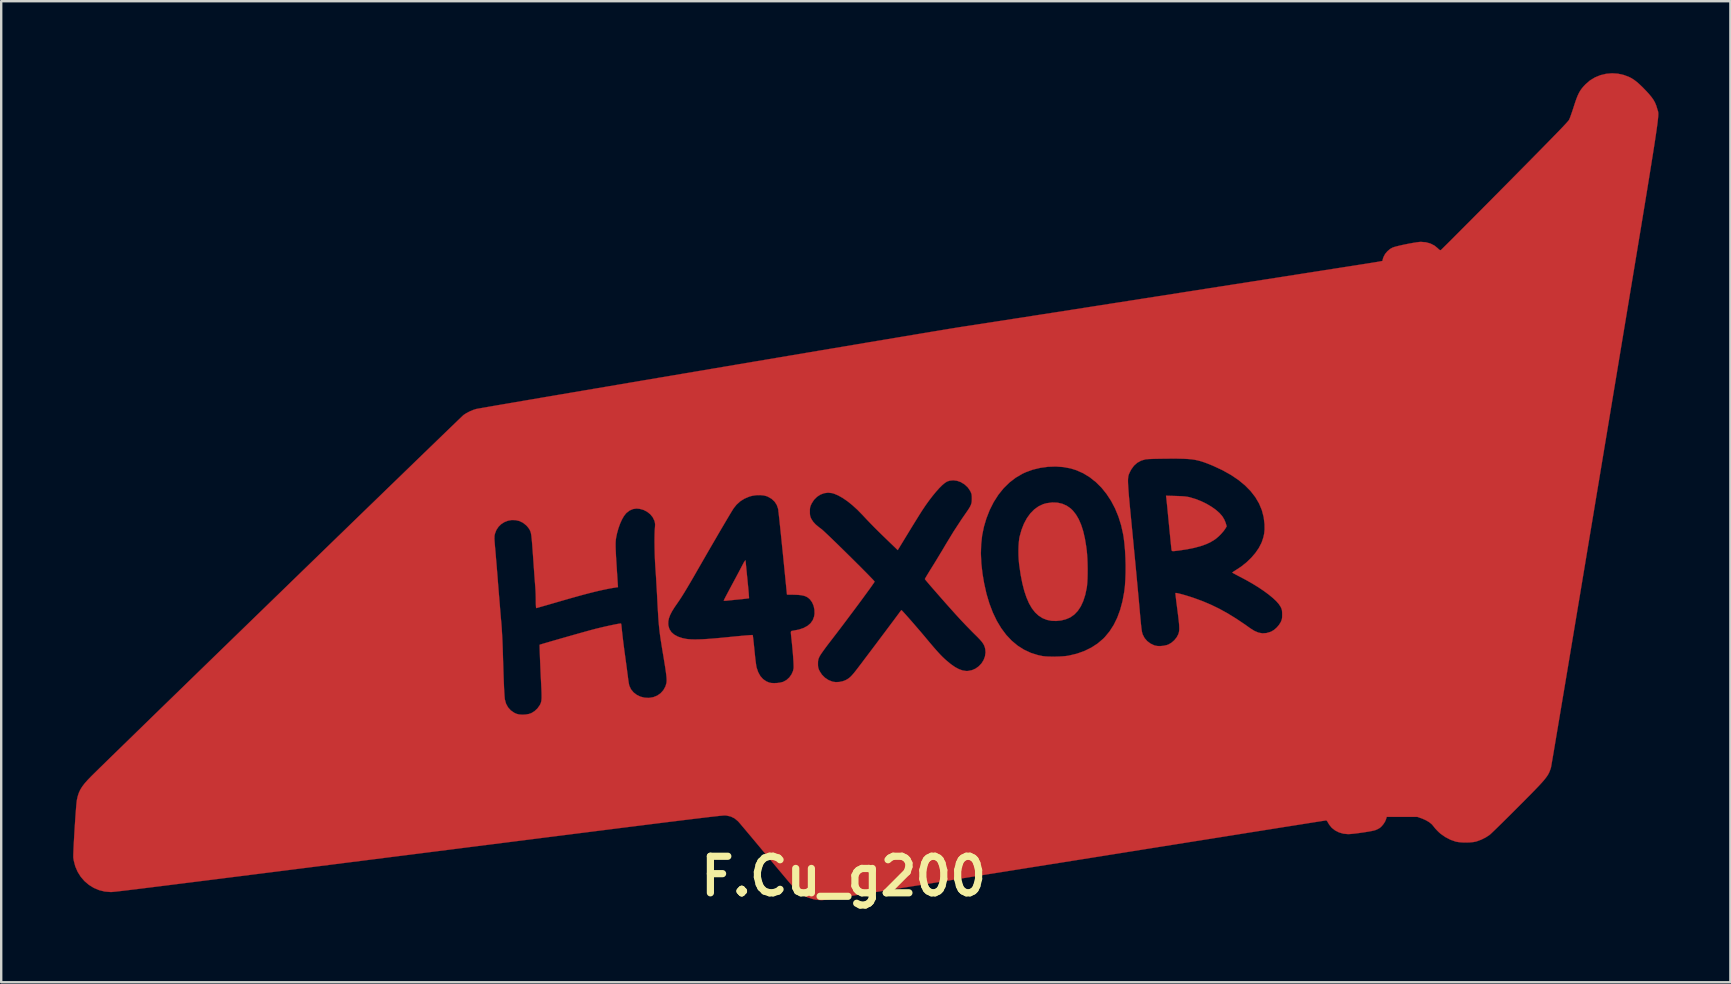
<source format=kicad_pcb>
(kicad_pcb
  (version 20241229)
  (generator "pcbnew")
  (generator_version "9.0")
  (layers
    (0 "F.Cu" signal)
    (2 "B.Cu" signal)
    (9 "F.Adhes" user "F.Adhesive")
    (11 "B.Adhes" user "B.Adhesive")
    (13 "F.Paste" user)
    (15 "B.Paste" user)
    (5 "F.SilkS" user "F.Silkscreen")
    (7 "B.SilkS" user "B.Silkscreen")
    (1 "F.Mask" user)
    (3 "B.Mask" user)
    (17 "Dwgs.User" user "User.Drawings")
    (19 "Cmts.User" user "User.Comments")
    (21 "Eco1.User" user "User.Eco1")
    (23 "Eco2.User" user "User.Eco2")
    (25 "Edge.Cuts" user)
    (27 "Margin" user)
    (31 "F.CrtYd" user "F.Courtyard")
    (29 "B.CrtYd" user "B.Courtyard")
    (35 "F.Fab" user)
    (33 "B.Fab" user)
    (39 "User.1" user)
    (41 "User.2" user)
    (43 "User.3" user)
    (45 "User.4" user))
  (footprint "F.Cu_g200"
    (layer "F.Cu")
    (at 32.106 33.467)
    (property "Reference" "F.Cu_g200" (at 0 0 0) (layer "F.SilkS") (effects (font (size 1.524 1.524) (thickness 0.3))))
    (attr through_hole)
    (fp_poly (pts (xy -4.086 -13.159) (xy -4.086 -13.151) (xy -4.084 -13.127) (xy -4.078 -13.065) (xy -4.069 -12.971) (xy -4.057 -12.849) (xy -4.043 -12.705) (xy -4.027 -12.542) (xy -4.009 -12.366) (xy -4.009 -12.365) (xy -3.992 -12.19) (xy -3.976 -12.028) (xy -3.963 -11.884) (xy -3.953 -11.763) (xy -3.946 -11.67) (xy -3.942 -11.61) (xy -3.942 -11.587) (xy -3.942 -11.587) (xy -3.965 -11.582) (xy -4.024 -11.574) (xy -4.112 -11.564) (xy -4.223 -11.551) (xy -4.349 -11.539) (xy -4.373 -11.536) (xy -4.51 -11.523) (xy -4.638 -11.51) (xy -4.751 -11.499) (xy -4.838 -11.489) (xy -4.893 -11.483) (xy -4.895 -11.483) (xy -4.954 -11.48) (xy -4.99 -11.485) (xy -4.995 -11.491) (xy -4.986 -11.513) (xy -4.958 -11.569) (xy -4.915 -11.653) (xy -4.858 -11.761) (xy -4.791 -11.888) (xy -4.715 -12.031) (xy -4.644 -12.163) (xy -4.557 -12.324) (xy -4.474 -12.48) (xy -4.396 -12.626) (xy -4.328 -12.755) (xy -4.271 -12.863) (xy -4.229 -12.943) (xy -4.21 -12.979) (xy -4.163 -13.069) (xy -4.124 -13.131) (xy -4.098 -13.162) (xy -4.086 -13.159)) (stroke (width 0.01) (type solid)) (fill yes) (layer "F.Cu"))
    (fp_poly (pts (xy 13.845 -15.848) (xy 14.011 -15.842) (xy 14.143 -15.835) (xy 14.25 -15.825) (xy 14.34 -15.812) (xy 14.422 -15.795) (xy 14.435 -15.791) (xy 14.669 -15.721) (xy 14.901 -15.63) (xy 15.123 -15.522) (xy 15.329 -15.4) (xy 15.513 -15.27) (xy 15.667 -15.134) (xy 15.78 -15.004) (xy 15.858 -14.877) (xy 15.916 -14.742) (xy 15.92 -14.73) (xy 15.964 -14.584) (xy 15.911 -14.494) (xy 15.841 -14.394) (xy 15.746 -14.283) (xy 15.639 -14.174) (xy 15.529 -14.078) (xy 15.483 -14.043) (xy 15.308 -13.935) (xy 15.106 -13.839) (xy 14.872 -13.757) (xy 14.605 -13.685) (xy 14.302 -13.625) (xy 13.993 -13.578) (xy 13.871 -13.563) (xy 13.786 -13.553) (xy 13.729 -13.55) (xy 13.696 -13.554) (xy 13.678 -13.566) (xy 13.669 -13.587) (xy 13.664 -13.615) (xy 13.66 -13.65) (xy 13.652 -13.722) (xy 13.641 -13.828) (xy 13.628 -13.962) (xy 13.612 -14.12) (xy 13.594 -14.298) (xy 13.575 -14.491) (xy 13.557 -14.679) (xy 13.537 -14.883) (xy 13.518 -15.077) (xy 13.501 -15.257) (xy 13.485 -15.416) (xy 13.471 -15.552) (xy 13.46 -15.659) (xy 13.452 -15.733) (xy 13.448 -15.767) (xy 13.435 -15.859) (xy 13.845 -15.848)) (stroke (width 0.01) (type solid)) (fill yes) (layer "F.Cu"))
    (fp_poly (pts (xy 8.91 -15.57) (xy 9.114 -15.523) (xy 9.302 -15.44) (xy 9.47 -15.32) (xy 9.553 -15.239) (xy 9.685 -15.072) (xy 9.8 -14.874) (xy 9.9 -14.643) (xy 9.985 -14.377) (xy 10.055 -14.075) (xy 10.111 -13.735) (xy 10.131 -13.578) (xy 10.146 -13.415) (xy 10.158 -13.228) (xy 10.165 -13.027) (xy 10.169 -12.82) (xy 10.168 -12.616) (xy 10.164 -12.423) (xy 10.155 -12.249) (xy 10.143 -12.105) (xy 10.133 -12.033) (xy 10.071 -11.734) (xy 9.987 -11.472) (xy 9.883 -11.246) (xy 9.757 -11.057) (xy 9.61 -10.904) (xy 9.442 -10.787) (xy 9.428 -10.78) (xy 9.257 -10.709) (xy 9.064 -10.661) (xy 8.862 -10.64) (xy 8.668 -10.646) (xy 8.473 -10.685) (xy 8.295 -10.755) (xy 8.131 -10.858) (xy 7.983 -10.994) (xy 7.849 -11.165) (xy 7.729 -11.371) (xy 7.623 -11.614) (xy 7.529 -11.893) (xy 7.448 -12.211) (xy 7.378 -12.567) (xy 7.32 -12.964) (xy 7.312 -13.028) (xy 7.297 -13.198) (xy 7.288 -13.383) (xy 7.286 -13.574) (xy 7.291 -13.76) (xy 7.303 -13.932) (xy 7.32 -14.077) (xy 7.333 -14.146) (xy 7.414 -14.436) (xy 7.516 -14.696) (xy 7.64 -14.926) (xy 7.784 -15.124) (xy 7.946 -15.288) (xy 8.125 -15.417) (xy 8.319 -15.508) (xy 8.461 -15.547) (xy 8.691 -15.578) (xy 8.91 -15.57)) (stroke (width 0.01) (type solid)) (fill yes) (layer "F.Cu"))
    (fp_poly (pts (xy 32.268 -33.446) (xy 32.513 -33.392) (xy 32.72 -33.315) (xy 32.826 -33.262) (xy 32.928 -33.198) (xy 33.034 -33.119) (xy 33.149 -33.02) (xy 33.279 -32.897) (xy 33.401 -32.773) (xy 33.543 -32.621) (xy 33.656 -32.486) (xy 33.745 -32.363) (xy 33.813 -32.242) (xy 33.865 -32.118) (xy 33.906 -31.982) (xy 33.909 -31.971) (xy 33.915 -31.95) (xy 33.921 -31.933) (xy 33.926 -31.916) (xy 33.932 -31.901) (xy 33.937 -31.885) (xy 33.941 -31.868) (xy 33.945 -31.849) (xy 33.948 -31.826) (xy 33.949 -31.8) (xy 33.95 -31.768) (xy 33.949 -31.731) (xy 33.947 -31.687) (xy 33.943 -31.634) (xy 33.937 -31.573) (xy 33.93 -31.502) (xy 33.92 -31.42) (xy 33.909 -31.327) (xy 33.894 -31.221) (xy 33.878 -31.101) (xy 33.858 -30.966) (xy 33.836 -30.816) (xy 33.811 -30.65) (xy 33.783 -30.465) (xy 33.751 -30.263) (xy 33.716 -30.041) (xy 33.677 -29.799) (xy 33.635 -29.535) (xy 33.589 -29.249) (xy 33.539 -28.94) (xy 33.485 -28.606) (xy 33.426 -28.248) (xy 33.363 -27.863) (xy 33.295 -27.451) (xy 33.223 -27.011) (xy 33.145 -26.543) (xy 33.063 -26.044) (xy 32.975 -25.514) (xy 32.882 -24.953) (xy 32.783 -24.358) (xy 32.679 -23.73) (xy 32.569 -23.067) (xy 32.453 -22.369) (xy 32.331 -21.633) (xy 32.203 -20.86) (xy 32.068 -20.049) (xy 31.927 -19.198) (xy 31.779 -18.306) (xy 31.729 -18.008) (xy 31.605 -17.262) (xy 31.483 -16.525) (xy 31.362 -15.8) (xy 31.244 -15.087) (xy 31.127 -14.388) (xy 31.013 -13.703) (xy 30.902 -13.033) (xy 30.793 -12.381) (xy 30.688 -11.746) (xy 30.585 -11.131) (xy 30.486 -10.536) (xy 30.39 -9.961) (xy 30.298 -9.41) (xy 30.21 -8.881) (xy 30.126 -8.378) (xy 30.046 -7.9) (xy 29.97 -7.449) (xy 29.899 -7.026) (xy 29.833 -6.632) (xy 29.772 -6.268) (xy 29.716 -5.935) (xy 29.666 -5.635) (xy 29.621 -5.368) (xy 29.582 -5.136) (xy 29.548 -4.94) (xy 29.521 -4.781) (xy 29.5 -4.659) (xy 29.486 -4.577) (xy 29.478 -4.535) (xy 29.477 -4.53) (xy 29.454 -4.459) (xy 29.43 -4.393) (xy 29.405 -4.332) (xy 29.374 -4.27) (xy 29.337 -4.207) (xy 29.292 -4.14) (xy 29.235 -4.066) (xy 29.166 -3.982) (xy 29.081 -3.886) (xy 28.98 -3.776) (xy 28.859 -3.65) (xy 28.717 -3.503) (xy 28.551 -3.335) (xy 28.36 -3.142) (xy 28.141 -2.922) (xy 28.112 -2.893) (xy 27.932 -2.713) (xy 27.759 -2.54) (xy 27.593 -2.376) (xy 27.44 -2.224) (xy 27.3 -2.087) (xy 27.177 -1.967) (xy 27.074 -1.868) (xy 26.993 -1.791) (xy 26.937 -1.74) (xy 26.913 -1.72) (xy 26.755 -1.617) (xy 26.572 -1.526) (xy 26.383 -1.456) (xy 26.352 -1.447) (xy 26.243 -1.426) (xy 26.104 -1.412) (xy 25.951 -1.407) (xy 25.796 -1.41) (xy 25.652 -1.421) (xy 25.532 -1.44) (xy 25.506 -1.446) (xy 25.286 -1.524) (xy 25.074 -1.635) (xy 24.882 -1.769) (xy 24.808 -1.834) (xy 24.731 -1.91) (xy 24.66 -1.986) (xy 24.605 -2.053) (xy 24.582 -2.084) (xy 24.51 -2.169) (xy 24.404 -2.254) (xy 24.273 -2.332) (xy 24.125 -2.399) (xy 24.079 -2.416) (xy 23.908 -2.476) (xy 23.27 -2.476) (xy 22.633 -2.477) (xy 22.605 -2.379) (xy 22.565 -2.283) (xy 22.5 -2.179) (xy 22.422 -2.085) (xy 22.351 -2.02) (xy 22.29 -1.983) (xy 22.21 -1.944) (xy 22.163 -1.925) (xy 22.101 -1.907) (xy 22.006 -1.886) (xy 21.885 -1.864) (xy 21.746 -1.841) (xy 21.598 -1.819) (xy 21.448 -1.798) (xy 21.306 -1.78) (xy 21.179 -1.767) (xy 21.076 -1.759) (xy 21.021 -1.757) (xy 20.828 -1.775) (xy 20.646 -1.828) (xy 20.483 -1.91) (xy 20.343 -2.02) (xy 20.233 -2.155) (xy 20.189 -2.232) (xy 20.156 -2.287) (xy 20.124 -2.322) (xy 20.109 -2.328) (xy 20.085 -2.325) (xy 20.022 -2.315) (xy 19.92 -2.3) (xy 19.783 -2.278) (xy 19.613 -2.252) (xy 19.411 -2.22) (xy 19.18 -2.183) (xy 18.921 -2.142) (xy 18.637 -2.097) (xy 18.33 -2.049) (xy 18.001 -1.996) (xy 17.654 -1.941) (xy 17.29 -1.883) (xy 16.91 -1.823) (xy 16.518 -1.76) (xy 16.161 -1.703) (xy 15.151 -1.542) (xy 14.183 -1.388) (xy 13.254 -1.24) (xy 12.365 -1.098) (xy 11.514 -0.962) (xy 10.701 -0.832) (xy 9.924 -0.708) (xy 9.183 -0.59) (xy 8.477 -0.478) (xy 7.806 -0.371) (xy 7.167 -0.269) (xy 6.561 -0.172) (xy 5.986 -0.081) (xy 5.442 0.006) (xy 4.928 0.088) (xy 4.442 0.165) (xy 3.985 0.238) (xy 3.555 0.306) (xy 3.152 0.37) (xy 2.773 0.43) (xy 2.42 0.486) (xy 2.09 0.538) (xy 1.784 0.587) (xy 1.499 0.632) (xy 1.236 0.673) (xy 0.993 0.712) (xy 0.769 0.747) (xy 0.565 0.779) (xy 0.378 0.808) (xy 0.207 0.834) (xy 0.054 0.858) (xy -0.085 0.879) (xy -0.21 0.898) (xy -0.32 0.915) (xy -0.419 0.93) (xy -0.505 0.943) (xy -0.58 0.953) (xy -0.646 0.963) (xy -0.702 0.97) (xy -0.75 0.977) (xy -0.79 0.982) (xy -0.824 0.986) (xy -0.851 0.989) (xy -0.874 0.991) (xy -0.893 0.992) (xy -0.908 0.993) (xy -0.922 0.993) (xy -0.933 0.993) (xy -1.044 0.987) (xy -1.165 0.973) (xy -1.27 0.953) (xy -1.272 0.952) (xy -1.506 0.877) (xy -1.716 0.772) (xy -1.909 0.633) (xy -2.045 0.505) (xy -2.079 0.467) (xy -2.138 0.4) (xy -2.219 0.305) (xy -2.32 0.187) (xy -2.438 0.047) (xy -2.571 -0.112) (xy -2.718 -0.286) (xy -2.874 -0.473) (xy -3.038 -0.67) (xy -3.208 -0.874) (xy -3.238 -0.91) (xy -3.408 -1.114) (xy -3.572 -1.311) (xy -3.728 -1.498) (xy -3.873 -1.671) (xy -4.006 -1.829) (xy -4.123 -1.969) (xy -4.223 -2.087) (xy -4.303 -2.182) (xy -4.362 -2.25) (xy -4.396 -2.288) (xy -4.4 -2.292) (xy -4.54 -2.41) (xy -4.699 -2.489) (xy -4.876 -2.53) (xy -4.939 -2.535) (xy -4.962 -2.535) (xy -5 -2.533) (xy -5.054 -2.528) (xy -5.124 -2.522) (xy -5.212 -2.513) (xy -5.319 -2.501) (xy -5.447 -2.487) (xy -5.596 -2.47) (xy -5.767 -2.45) (xy -5.962 -2.426) (xy -6.181 -2.4) (xy -6.427 -2.37) (xy -6.699 -2.337) (xy -7 -2.299) (xy -7.33 -2.259) (xy -7.69 -2.214) (xy -8.082 -2.165) (xy -8.507 -2.111) (xy -8.965 -2.054) (xy -9.458 -1.992) (xy -9.988 -1.925) (xy -10.554 -1.853) (xy -11.159 -1.777) (xy -11.804 -1.695) (xy -12.489 -1.609) (xy -12.636 -1.59) (xy -13.675 -1.458) (xy -14.672 -1.332) (xy -15.629 -1.211) (xy -16.547 -1.094) (xy -17.426 -0.983) (xy -18.267 -0.876) (xy -19.071 -0.775) (xy -19.839 -0.677) (xy -20.571 -0.585) (xy -21.27 -0.496) (xy -21.934 -0.412) (xy -22.566 -0.332) (xy -23.166 -0.256) (xy -23.735 -0.184) (xy -24.273 -0.116) (xy -24.782 -0.052) (xy -25.263 0.009) (xy -25.716 0.066) (xy -26.141 0.12) (xy -26.541 0.17) (xy -26.916 0.217) (xy -27.266 0.261) (xy -27.592 0.302) (xy -27.896 0.34) (xy -28.178 0.376) (xy -28.439 0.408) (xy -28.68 0.438) (xy -28.901 0.466) (xy -29.104 0.491) (xy -29.289 0.514) (xy -29.457 0.535) (xy -29.61 0.553) (xy -29.747 0.57) (xy -29.869 0.585) (xy -29.978 0.598) (xy -30.075 0.609) (xy -30.16 0.619) (xy -30.233 0.627) (xy -30.297 0.635) (xy -30.351 0.64) (xy -30.397 0.645) (xy -30.435 0.649) (xy -30.466 0.652) (xy -30.492 0.654) (xy -30.512 0.655) (xy -30.528 0.656) (xy -30.541 0.656) (xy -30.542 0.656) (xy -30.79 0.636) (xy -31.027 0.577) (xy -31.249 0.483) (xy -31.453 0.356) (xy -31.636 0.2) (xy -31.793 0.018) (xy -31.922 -0.188) (xy -32.02 -0.415) (xy -32.083 -0.658) (xy -32.1 -0.773) (xy -32.101 -0.822) (xy -32.1 -0.909) (xy -32.096 -1.027) (xy -32.09 -1.173) (xy -32.082 -1.34) (xy -32.072 -1.524) (xy -32.061 -1.72) (xy -32.049 -1.923) (xy -32.036 -2.126) (xy -32.023 -2.326) (xy -32.01 -2.518) (xy -31.997 -2.695) (xy -31.985 -2.854) (xy -31.973 -2.989) (xy -31.963 -3.094) (xy -31.954 -3.165) (xy -31.952 -3.179) (xy -31.918 -3.332) (xy -31.873 -3.471) (xy -31.813 -3.602) (xy -31.733 -3.732) (xy -31.631 -3.867) (xy -31.501 -4.014) (xy -31.369 -4.151) (xy -31.318 -4.202) (xy -31.239 -4.28) (xy -31.133 -4.384) (xy -31.002 -4.513) (xy -30.845 -4.666) (xy -30.665 -4.842) (xy -30.462 -5.04) (xy -30.237 -5.259) (xy -29.992 -5.497) (xy -29.728 -5.754) (xy -29.446 -6.029) (xy -29.147 -6.32) (xy -28.832 -6.627) (xy -28.502 -6.948) (xy -28.158 -7.282) (xy -27.802 -7.628) (xy -27.434 -7.986) (xy -27.055 -8.354) (xy -26.668 -8.73) (xy -26.272 -9.115) (xy -25.869 -9.506) (xy -25.46 -9.903) (xy -25.046 -10.305) (xy -24.629 -10.71) (xy -24.208 -11.118) (xy -23.786 -11.528) (xy -23.364 -11.937) (xy -22.943 -12.346) (xy -22.523 -12.754) (xy -22.106 -13.158) (xy -21.693 -13.559) (xy -21.285 -13.955) (xy -21.16 -14.076) (xy -14.552 -14.076) (xy -14.549 -13.997) (xy -14.541 -13.893) (xy -14.53 -13.758) (xy -14.521 -13.659) (xy -14.51 -13.538) (xy -14.497 -13.382) (xy -14.482 -13.196) (xy -14.464 -12.988) (xy -14.446 -12.766) (xy -14.427 -12.534) (xy -14.409 -12.3) (xy -14.393 -12.099) (xy -14.375 -11.87) (xy -14.356 -11.639) (xy -14.337 -11.411) (xy -14.319 -11.193) (xy -14.303 -10.992) (xy -14.288 -10.814) (xy -14.275 -10.667) (xy -14.265 -10.564) (xy -14.254 -10.426) (xy -14.243 -10.256) (xy -14.232 -10.063) (xy -14.221 -9.856) (xy -14.212 -9.646) (xy -14.205 -9.441) (xy -14.203 -9.366) (xy -14.191 -8.977) (xy -14.18 -8.629) (xy -14.17 -8.322) (xy -14.16 -8.056) (xy -14.15 -7.832) (xy -14.14 -7.649) (xy -14.131 -7.509) (xy -14.123 -7.41) (xy -14.117 -7.369) (xy -14.068 -7.193) (xy -13.984 -7.039) (xy -13.867 -6.91) (xy -13.719 -6.809) (xy -13.638 -6.772) (xy -13.528 -6.743) (xy -13.395 -6.733) (xy -13.253 -6.74) (xy -13.119 -6.763) (xy -13.013 -6.799) (xy -12.877 -6.883) (xy -12.756 -6.997) (xy -12.662 -7.13) (xy -12.64 -7.171) (xy -12.622 -7.215) (xy -12.607 -7.26) (xy -12.596 -7.311) (xy -12.589 -7.373) (xy -12.585 -7.45) (xy -12.585 -7.547) (xy -12.588 -7.669) (xy -12.594 -7.821) (xy -12.603 -8.006) (xy -12.611 -8.16) (xy -12.618 -8.292) (xy -12.625 -8.44) (xy -12.632 -8.6) (xy -12.639 -8.766) (xy -12.646 -8.932) (xy -12.653 -9.093) (xy -12.658 -9.243) (xy -12.663 -9.378) (xy -12.666 -9.491) (xy -12.668 -9.577) (xy -12.669 -9.631) (xy -12.668 -9.647) (xy -12.647 -9.655) (xy -12.589 -9.673) (xy -12.5 -9.7) (xy -12.382 -9.734) (xy -12.242 -9.775) (xy -12.083 -9.821) (xy -11.909 -9.871) (xy -11.725 -9.924) (xy -11.536 -9.978) (xy -11.345 -10.032) (xy -11.158 -10.085) (xy -10.977 -10.136) (xy -10.809 -10.183) (xy -10.657 -10.225) (xy -10.526 -10.261) (xy -10.42 -10.289) (xy -10.351 -10.308) (xy -10.198 -10.345) (xy -10.041 -10.383) (xy -9.885 -10.418) (xy -9.736 -10.451) (xy -9.598 -10.48) (xy -9.478 -10.504) (xy -9.381 -10.522) (xy -9.313 -10.532) (xy -9.279 -10.534) (xy -9.277 -10.533) (xy -9.269 -10.507) (xy -9.26 -10.454) (xy -9.257 -10.42) (xy -9.236 -10.217) (xy -9.209 -9.975) (xy -9.175 -9.698) (xy -9.135 -9.389) (xy -9.101 -9.144) (xy -9.078 -8.972) (xy -9.054 -8.799) (xy -9.032 -8.634) (xy -9.013 -8.485) (xy -8.996 -8.361) (xy -8.986 -8.276) (xy -8.971 -8.167) (xy -8.956 -8.067) (xy -8.941 -7.987) (xy -8.929 -7.938) (xy -8.86 -7.791) (xy -8.757 -7.665) (xy -8.626 -7.563) (xy -8.474 -7.488) (xy -8.304 -7.444) (xy -8.124 -7.433) (xy -8.108 -7.434) (xy -7.929 -7.464) (xy -7.767 -7.529) (xy -7.627 -7.627) (xy -7.512 -7.754) (xy -7.428 -7.905) (xy -7.386 -8.041) (xy -7.378 -8.089) (xy -7.374 -8.144) (xy -7.375 -8.211) (xy -7.38 -8.294) (xy -7.391 -8.397) (xy -7.408 -8.524) (xy -7.43 -8.679) (xy -7.46 -8.866) (xy -7.496 -9.088) (xy -7.514 -9.197) (xy -7.554 -9.432) (xy -7.587 -9.639) (xy -7.616 -9.822) (xy -7.641 -9.989) (xy -7.662 -10.145) (xy -7.679 -10.296) (xy -7.695 -10.45) (xy -7.701 -10.518) (xy -7.31 -10.518) (xy -7.301 -10.439) (xy -7.258 -10.297) (xy -7.177 -10.174) (xy -7.06 -10.071) (xy -6.906 -9.987) (xy -6.718 -9.924) (xy -6.568 -9.893) (xy -6.465 -9.88) (xy -6.347 -9.872) (xy -6.209 -9.869) (xy -6.049 -9.871) (xy -5.864 -9.878) (xy -5.65 -9.891) (xy -5.405 -9.91) (xy -5.125 -9.935) (xy -4.807 -9.966) (xy -4.699 -9.977) (xy -4.508 -9.996) (xy -4.331 -10.012) (xy -4.171 -10.027) (xy -4.034 -10.038) (xy -3.922 -10.047) (xy -3.842 -10.052) (xy -3.796 -10.053) (xy -3.788 -10.051) (xy -3.783 -10.026) (xy -3.775 -9.965) (xy -3.764 -9.873) (xy -3.751 -9.754) (xy -3.736 -9.616) (xy -3.721 -9.462) (xy -3.718 -9.43) (xy -3.701 -9.268) (xy -3.685 -9.113) (xy -3.668 -8.973) (xy -3.652 -8.854) (xy -3.639 -8.763) (xy -3.629 -8.707) (xy -3.628 -8.704) (xy -3.561 -8.508) (xy -3.472 -8.346) (xy -3.359 -8.218) (xy -3.222 -8.123) (xy -3.101 -8.072) (xy -3.011 -8.054) (xy -2.895 -8.049) (xy -2.768 -8.054) (xy -2.644 -8.071) (xy -2.538 -8.097) (xy -2.517 -8.104) (xy -2.381 -8.178) (xy -2.263 -8.285) (xy -2.17 -8.415) (xy -2.106 -8.562) (xy -2.084 -8.667) (xy -2.082 -8.727) (xy -2.084 -8.823) (xy -2.09 -8.951) (xy -2.1 -9.104) (xy -2.113 -9.279) (xy -2.13 -9.468) (xy -2.149 -9.668) (xy -2.17 -9.872) (xy -2.171 -9.874) (xy -2.185 -10.002) (xy -2.194 -10.094) (xy -2.198 -10.157) (xy -2.194 -10.195) (xy -2.181 -10.216) (xy -2.159 -10.226) (xy -2.126 -10.231) (xy -2.101 -10.235) (xy -1.866 -10.28) (xy -1.667 -10.347) (xy -1.503 -10.436) (xy -1.375 -10.546) (xy -1.283 -10.678) (xy -1.228 -10.831) (xy -1.211 -10.943) (xy -1.216 -11.112) (xy -1.25 -11.272) (xy -1.313 -11.416) (xy -1.399 -11.537) (xy -1.488 -11.614) (xy -1.566 -11.658) (xy -1.656 -11.691) (xy -1.764 -11.713) (xy -1.898 -11.727) (xy -2.065 -11.733) (xy -2.092 -11.734) (xy -2.36 -11.737) (xy -2.533 -13.473) (xy -2.561 -13.742) (xy -2.587 -14.001) (xy -2.612 -14.247) (xy -2.636 -14.475) (xy -2.658 -14.683) (xy -2.677 -14.868) (xy -2.695 -15.025) (xy -2.709 -15.152) (xy -2.714 -15.198) (xy -1.407 -15.198) (xy -1.405 -15.099) (xy -1.396 -15.027) (xy -1.378 -14.964) (xy -1.349 -14.899) (xy -1.275 -14.781) (xy -1.167 -14.662) (xy -1.021 -14.54) (xy -0.936 -14.478) (xy -0.899 -14.448) (xy -0.837 -14.392) (xy -0.753 -14.314) (xy -0.649 -14.216) (xy -0.528 -14.101) (xy -0.394 -13.971) (xy -0.249 -13.831) (xy -0.097 -13.682) (xy 0.061 -13.527) (xy 0.22 -13.37) (xy 0.379 -13.213) (xy 0.534 -13.059) (xy 0.683 -12.911) (xy 0.821 -12.772) (xy 0.948 -12.644) (xy 1.059 -12.531) (xy 1.151 -12.435) (xy 1.223 -12.36) (xy 1.27 -12.308) (xy 1.291 -12.281) (xy 1.291 -12.279) (xy 1.279 -12.256) (xy 1.243 -12.201) (xy 1.186 -12.119) (xy 1.11 -12.012) (xy 1.017 -11.884) (xy 0.909 -11.736) (xy 0.79 -11.573) (xy 0.66 -11.397) (xy 0.522 -11.211) (xy 0.378 -11.018) (xy 0.23 -10.821) (xy 0.082 -10.623) (xy -0.066 -10.427) (xy -0.211 -10.236) (xy -0.35 -10.054) (xy -0.482 -9.882) (xy -0.57 -9.768) (xy -0.669 -9.639) (xy -0.763 -9.513) (xy -0.847 -9.397) (xy -0.918 -9.296) (xy -0.971 -9.216) (xy -1 -9.166) (xy -1.036 -9.088) (xy -1.057 -9.023) (xy -1.067 -8.953) (xy -1.069 -8.859) (xy -1.069 -8.858) (xy -1.067 -8.764) (xy -1.057 -8.693) (xy -1.036 -8.626) (xy -0.999 -8.547) (xy -0.905 -8.402) (xy -0.78 -8.276) (xy -0.631 -8.177) (xy -0.467 -8.112) (xy -0.45 -8.107) (xy -0.323 -8.091) (xy -0.179 -8.098) (xy -0.037 -8.127) (xy 0.07 -8.167) (xy 0.146 -8.207) (xy 0.214 -8.252) (xy 0.28 -8.306) (xy 0.349 -8.377) (xy 0.429 -8.469) (xy 0.525 -8.59) (xy 0.544 -8.615) (xy 0.592 -8.677) (xy 0.661 -8.768) (xy 0.748 -8.882) (xy 0.849 -9.017) (xy 0.963 -9.168) (xy 1.087 -9.332) (xy 1.218 -9.506) (xy 1.353 -9.685) (xy 1.489 -9.867) (xy 1.624 -10.047) (xy 1.755 -10.221) (xy 1.879 -10.387) (xy 1.994 -10.541) (xy 2.097 -10.678) (xy 2.184 -10.796) (xy 2.254 -10.89) (xy 2.304 -10.957) (xy 2.328 -10.991) (xy 2.368 -11.045) (xy 2.399 -11.081) (xy 2.411 -11.09) (xy 2.43 -11.074) (xy 2.473 -11.029) (xy 2.536 -10.96) (xy 2.616 -10.871) (xy 2.71 -10.765) (xy 2.814 -10.647) (xy 2.925 -10.519) (xy 3.039 -10.387) (xy 3.154 -10.254) (xy 3.264 -10.125) (xy 3.368 -10.002) (xy 3.43 -9.927) (xy 3.589 -9.737) (xy 3.725 -9.577) (xy 3.843 -9.441) (xy 3.946 -9.326) (xy 4.038 -9.227) (xy 4.123 -9.141) (xy 4.205 -9.063) (xy 4.276 -8.999) (xy 4.467 -8.841) (xy 4.642 -8.719) (xy 4.804 -8.632) (xy 4.956 -8.578) (xy 5.101 -8.555) (xy 5.183 -8.556) (xy 5.347 -8.588) (xy 5.498 -8.654) (xy 5.633 -8.751) (xy 5.746 -8.871) (xy 5.834 -9.011) (xy 5.891 -9.163) (xy 5.914 -9.324) (xy 5.906 -9.448) (xy 5.888 -9.532) (xy 5.861 -9.609) (xy 5.822 -9.685) (xy 5.765 -9.767) (xy 5.686 -9.859) (xy 5.583 -9.967) (xy 5.48 -10.069) (xy 5.368 -10.18) (xy 5.239 -10.312) (xy 5.102 -10.452) (xy 4.97 -10.591) (xy 4.858 -10.71) (xy 4.764 -10.813) (xy 4.656 -10.931) (xy 4.538 -11.063) (xy 4.412 -11.203) (xy 4.281 -11.35) (xy 4.149 -11.499) (xy 4.019 -11.648) (xy 3.892 -11.792) (xy 3.774 -11.928) (xy 3.665 -12.052) (xy 3.57 -12.163) (xy 3.492 -12.255) (xy 3.433 -12.325) (xy 3.397 -12.37) (xy 3.387 -12.387) (xy 3.397 -12.41) (xy 3.428 -12.463) (xy 3.475 -12.543) (xy 3.536 -12.643) (xy 3.607 -12.76) (xy 3.68 -12.877) (xy 3.78 -13.037) (xy 3.89 -13.217) (xy 4.004 -13.405) (xy 4.032 -13.451) (xy 5.72 -13.451) (xy 5.738 -13.044) (xy 5.787 -12.613) (xy 5.853 -12.223) (xy 5.951 -11.78) (xy 6.073 -11.37) (xy 6.217 -10.992) (xy 6.382 -10.647) (xy 6.569 -10.336) (xy 6.776 -10.059) (xy 7.004 -9.817) (xy 7.251 -9.611) (xy 7.518 -9.442) (xy 7.803 -9.309) (xy 8.106 -9.214) (xy 8.297 -9.175) (xy 8.412 -9.162) (xy 8.556 -9.155) (xy 8.721 -9.152) (xy 8.893 -9.154) (xy 9.063 -9.161) (xy 9.218 -9.173) (xy 9.348 -9.189) (xy 9.377 -9.194) (xy 9.717 -9.275) (xy 10.033 -9.387) (xy 10.324 -9.53) (xy 10.587 -9.701) (xy 10.82 -9.9) (xy 10.884 -9.965) (xy 11.083 -10.205) (xy 11.256 -10.474) (xy 11.403 -10.773) (xy 11.525 -11.104) (xy 11.623 -11.467) (xy 11.694 -11.852) (xy 11.723 -12.094) (xy 11.742 -12.367) (xy 11.752 -12.663) (xy 11.753 -12.972) (xy 11.744 -13.284) (xy 11.727 -13.591) (xy 11.701 -13.881) (xy 11.667 -14.147) (xy 11.651 -14.245) (xy 11.566 -14.628) (xy 11.452 -14.991) (xy 11.311 -15.332) (xy 11.145 -15.648) (xy 10.954 -15.938) (xy 10.742 -16.2) (xy 10.508 -16.432) (xy 10.419 -16.502) (xy 11.85 -16.502) (xy 11.851 -16.418) (xy 11.855 -16.317) (xy 11.862 -16.196) (xy 11.872 -16.054) (xy 11.885 -15.886) (xy 11.903 -15.692) (xy 11.923 -15.467) (xy 11.948 -15.21) (xy 11.976 -14.918) (xy 12.008 -14.587) (xy 12.031 -14.351) (xy 12.062 -14.035) (xy 12.092 -13.716) (xy 12.123 -13.397) (xy 12.153 -13.084) (xy 12.182 -12.78) (xy 12.209 -12.491) (xy 12.234 -12.221) (xy 12.257 -11.974) (xy 12.277 -11.756) (xy 12.294 -11.571) (xy 12.308 -11.423) (xy 12.308 -11.419) (xy 12.331 -11.161) (xy 12.35 -10.942) (xy 12.367 -10.758) (xy 12.382 -10.605) (xy 12.394 -10.479) (xy 12.406 -10.378) (xy 12.416 -10.297) (xy 12.425 -10.233) (xy 12.434 -10.183) (xy 12.444 -10.142) (xy 12.454 -10.107) (xy 12.465 -10.074) (xy 12.468 -10.068) (xy 12.543 -9.925) (xy 12.652 -9.8) (xy 12.789 -9.697) (xy 12.946 -9.623) (xy 12.96 -9.618) (xy 13.071 -9.596) (xy 13.205 -9.593) (xy 13.344 -9.607) (xy 13.475 -9.637) (xy 13.544 -9.663) (xy 13.67 -9.738) (xy 13.787 -9.842) (xy 13.883 -9.963) (xy 13.947 -10.086) (xy 13.965 -10.14) (xy 13.978 -10.196) (xy 13.986 -10.26) (xy 13.988 -10.336) (xy 13.985 -10.429) (xy 13.977 -10.543) (xy 13.962 -10.683) (xy 13.942 -10.854) (xy 13.915 -11.061) (xy 13.905 -11.14) (xy 13.884 -11.302) (xy 13.865 -11.449) (xy 13.85 -11.578) (xy 13.838 -11.683) (xy 13.831 -11.758) (xy 13.829 -11.799) (xy 13.83 -11.805) (xy 13.856 -11.806) (xy 13.917 -11.795) (xy 14.005 -11.775) (xy 14.114 -11.746) (xy 14.239 -11.711) (xy 14.372 -11.67) (xy 14.508 -11.627) (xy 14.594 -11.598) (xy 14.958 -11.465) (xy 15.309 -11.316) (xy 15.655 -11.148) (xy 16.002 -10.957) (xy 16.355 -10.74) (xy 16.723 -10.493) (xy 16.949 -10.332) (xy 17.124 -10.223) (xy 17.292 -10.153) (xy 17.456 -10.124) (xy 17.62 -10.135) (xy 17.787 -10.184) (xy 17.836 -10.206) (xy 17.942 -10.271) (xy 18.048 -10.364) (xy 18.142 -10.473) (xy 18.213 -10.585) (xy 18.22 -10.599) (xy 18.249 -10.667) (xy 18.266 -10.729) (xy 18.275 -10.8) (xy 18.277 -10.896) (xy 18.277 -10.911) (xy 18.274 -11.01) (xy 18.267 -11.082) (xy 18.251 -11.142) (xy 18.224 -11.205) (xy 18.215 -11.225) (xy 18.142 -11.337) (xy 18.034 -11.462) (xy 17.891 -11.596) (xy 17.718 -11.739) (xy 17.517 -11.887) (xy 17.292 -12.039) (xy 17.044 -12.192) (xy 16.779 -12.343) (xy 16.538 -12.471) (xy 16.43 -12.527) (xy 16.336 -12.576) (xy 16.262 -12.617) (xy 16.214 -12.644) (xy 16.198 -12.655) (xy 16.213 -12.671) (xy 16.255 -12.702) (xy 16.317 -12.741) (xy 16.325 -12.746) (xy 16.564 -12.902) (xy 16.786 -13.078) (xy 16.986 -13.27) (xy 17.16 -13.473) (xy 17.303 -13.68) (xy 17.411 -13.888) (xy 17.439 -13.96) (xy 17.494 -14.13) (xy 17.528 -14.288) (xy 17.543 -14.45) (xy 17.542 -14.633) (xy 17.541 -14.667) (xy 17.505 -14.969) (xy 17.429 -15.259) (xy 17.313 -15.536) (xy 17.158 -15.8) (xy 16.962 -16.052) (xy 16.728 -16.29) (xy 16.455 -16.515) (xy 16.143 -16.725) (xy 15.793 -16.921) (xy 15.405 -17.102) (xy 15.309 -17.142) (xy 15.155 -17.204) (xy 15.016 -17.255) (xy 14.887 -17.297) (xy 14.76 -17.331) (xy 14.631 -17.357) (xy 14.493 -17.377) (xy 14.341 -17.39) (xy 14.17 -17.399) (xy 13.972 -17.404) (xy 13.743 -17.405) (xy 13.515 -17.404) (xy 13.317 -17.402) (xy 13.132 -17.399) (xy 12.965 -17.396) (xy 12.821 -17.391) (xy 12.705 -17.386) (xy 12.622 -17.38) (xy 12.584 -17.376) (xy 12.399 -17.322) (xy 12.237 -17.233) (xy 12.099 -17.11) (xy 11.985 -16.952) (xy 11.95 -16.886) (xy 11.928 -16.842) (xy 11.909 -16.802) (xy 11.892 -16.763) (xy 11.878 -16.724) (xy 11.867 -16.681) (xy 11.859 -16.631) (xy 11.853 -16.572) (xy 11.85 -16.502) (xy 10.419 -16.502) (xy 10.256 -16.63) (xy 9.986 -16.795) (xy 9.701 -16.922) (xy 9.465 -16.996) (xy 9.162 -17.053) (xy 8.844 -17.076) (xy 8.52 -17.065) (xy 8.197 -17.021) (xy 7.884 -16.946) (xy 7.59 -16.839) (xy 7.461 -16.78) (xy 7.175 -16.613) (xy 6.91 -16.41) (xy 6.668 -16.172) (xy 6.45 -15.901) (xy 6.255 -15.597) (xy 6.086 -15.262) (xy 5.949 -14.912) (xy 5.846 -14.565) (xy 5.773 -14.209) (xy 5.732 -13.838) (xy 5.72 -13.451) (xy 4.032 -13.451) (xy 4.113 -13.586) (xy 4.209 -13.748) (xy 4.233 -13.79) (xy 4.576 -14.355) (xy 4.921 -14.883) (xy 5.058 -15.081) (xy 5.151 -15.215) (xy 5.222 -15.322) (xy 5.273 -15.409) (xy 5.307 -15.484) (xy 5.329 -15.552) (xy 5.34 -15.622) (xy 5.343 -15.699) (xy 5.344 -15.737) (xy 5.342 -15.835) (xy 5.335 -15.905) (xy 5.319 -15.963) (xy 5.292 -16.025) (xy 5.277 -16.056) (xy 5.177 -16.204) (xy 5.043 -16.329) (xy 4.88 -16.428) (xy 4.874 -16.431) (xy 4.722 -16.483) (xy 4.567 -16.502) (xy 4.419 -16.487) (xy 4.307 -16.448) (xy 4.215 -16.389) (xy 4.106 -16.297) (xy 3.983 -16.174) (xy 3.849 -16.024) (xy 3.706 -15.85) (xy 3.558 -15.657) (xy 3.407 -15.446) (xy 3.257 -15.222) (xy 3.256 -15.219) (xy 3.208 -15.143) (xy 3.141 -15.038) (xy 3.061 -14.908) (xy 2.969 -14.76) (xy 2.87 -14.6) (xy 2.768 -14.433) (xy 2.677 -14.284) (xy 2.256 -13.593) (xy 1.821 -14.012) (xy 1.614 -14.212) (xy 1.432 -14.391) (xy 1.268 -14.554) (xy 1.116 -14.71) (xy 0.968 -14.864) (xy 0.819 -15.023) (xy 0.784 -15.06) (xy 0.575 -15.274) (xy 0.365 -15.465) (xy 0.158 -15.631) (xy -0.041 -15.767) (xy -0.229 -15.873) (xy -0.403 -15.945) (xy -0.482 -15.968) (xy -0.648 -15.986) (xy -0.812 -15.964) (xy -0.967 -15.906) (xy -1.108 -15.814) (xy -1.231 -15.692) (xy -1.329 -15.541) (xy -1.342 -15.515) (xy -1.376 -15.438) (xy -1.396 -15.373) (xy -1.405 -15.302) (xy -1.407 -15.207) (xy -1.407 -15.198) (xy -2.714 -15.198) (xy -2.72 -15.245) (xy -2.727 -15.301) (xy -2.73 -15.314) (xy -2.785 -15.474) (xy -2.876 -15.614) (xy -3.001 -15.73) (xy -3.159 -15.82) (xy -3.196 -15.836) (xy -3.323 -15.87) (xy -3.475 -15.885) (xy -3.638 -15.881) (xy -3.799 -15.858) (xy -3.924 -15.825) (xy -4.132 -15.737) (xy -4.309 -15.626) (xy -4.463 -15.485) (xy -4.581 -15.338) (xy -4.612 -15.289) (xy -4.664 -15.206) (xy -4.733 -15.091) (xy -4.82 -14.946) (xy -4.922 -14.773) (xy -5.039 -14.575) (xy -5.169 -14.354) (xy -5.31 -14.111) (xy -5.462 -13.85) (xy -5.623 -13.573) (xy -5.791 -13.281) (xy -5.966 -12.977) (xy -6.146 -12.664) (xy -6.219 -12.536) (xy -6.37 -12.276) (xy -6.51 -12.039) (xy -6.637 -11.828) (xy -6.751 -11.646) (xy -6.848 -11.497) (xy -6.923 -11.388) (xy -7.054 -11.198) (xy -7.156 -11.033) (xy -7.23 -10.887) (xy -7.279 -10.755) (xy -7.305 -10.634) (xy -7.31 -10.518) (xy -7.701 -10.518) (xy -7.709 -10.612) (xy -7.722 -10.787) (xy -7.734 -10.984) (xy -7.747 -11.207) (xy -7.761 -11.463) (xy -7.768 -11.61) (xy -7.779 -11.814) (xy -7.791 -12.024) (xy -7.803 -12.23) (xy -7.814 -12.425) (xy -7.825 -12.601) (xy -7.835 -12.75) (xy -7.842 -12.848) (xy -7.854 -13.035) (xy -7.864 -13.241) (xy -7.871 -13.456) (xy -7.876 -13.674) (xy -7.879 -13.886) (xy -7.879 -14.084) (xy -7.876 -14.261) (xy -7.871 -14.408) (xy -7.866 -14.479) (xy -7.858 -14.588) (xy -7.856 -14.667) (xy -7.862 -14.728) (xy -7.875 -14.785) (xy -7.883 -14.813) (xy -7.953 -14.959) (xy -8.056 -15.086) (xy -8.187 -15.19) (xy -8.338 -15.268) (xy -8.502 -15.313) (xy -8.635 -15.324) (xy -8.779 -15.303) (xy -8.918 -15.243) (xy -9.045 -15.145) (xy -9.068 -15.122) (xy -9.155 -15.011) (xy -9.238 -14.866) (xy -9.316 -14.693) (xy -9.385 -14.499) (xy -9.443 -14.292) (xy -9.471 -14.162) (xy -9.48 -14.11) (xy -9.488 -14.06) (xy -9.495 -14.008) (xy -9.499 -13.953) (xy -9.502 -13.89) (xy -9.503 -13.816) (xy -9.502 -13.728) (xy -9.499 -13.624) (xy -9.493 -13.499) (xy -9.486 -13.351) (xy -9.476 -13.176) (xy -9.463 -12.971) (xy -9.448 -12.734) (xy -9.43 -12.46) (xy -9.412 -12.179) (xy -9.403 -12.049) (xy -9.565 -12.024) (xy -9.745 -11.993) (xy -9.94 -11.954) (xy -10.154 -11.908) (xy -10.39 -11.852) (xy -10.651 -11.786) (xy -10.94 -11.709) (xy -11.26 -11.62) (xy -11.615 -11.519) (xy -11.884 -11.441) (xy -12.073 -11.386) (xy -12.249 -11.335) (xy -12.408 -11.289) (xy -12.547 -11.25) (xy -12.661 -11.217) (xy -12.745 -11.193) (xy -12.796 -11.179) (xy -12.81 -11.176) (xy -12.816 -11.196) (xy -12.821 -11.251) (xy -12.825 -11.334) (xy -12.827 -11.437) (xy -12.827 -11.499) (xy -12.829 -11.637) (xy -12.833 -11.784) (xy -12.839 -11.923) (xy -12.847 -12.039) (xy -12.848 -12.054) (xy -12.855 -12.138) (xy -12.864 -12.256) (xy -12.875 -12.4) (xy -12.887 -12.561) (xy -12.899 -12.731) (xy -12.911 -12.901) (xy -12.93 -13.177) (xy -12.947 -13.415) (xy -12.962 -13.617) (xy -12.974 -13.787) (xy -12.986 -13.928) (xy -12.996 -14.043) (xy -13.006 -14.136) (xy -13.015 -14.211) (xy -13.025 -14.27) (xy -13.035 -14.316) (xy -13.046 -14.354) (xy -13.058 -14.387) (xy -13.072 -14.417) (xy -13.085 -14.444) (xy -13.124 -14.504) (xy -13.18 -14.575) (xy -13.226 -14.624) (xy -13.361 -14.732) (xy -13.51 -14.804) (xy -13.667 -14.841) (xy -13.827 -14.846) (xy -13.984 -14.819) (xy -14.132 -14.762) (xy -14.267 -14.677) (xy -14.382 -14.565) (xy -14.473 -14.428) (xy -14.531 -14.273) (xy -14.541 -14.228) (xy -14.549 -14.185) (xy -14.552 -14.136) (xy -14.552 -14.076) (xy -21.16 -14.076) (xy -20.883 -14.344) (xy -20.489 -14.727) (xy -20.103 -15.101) (xy -19.726 -15.466) (xy -19.36 -15.82) (xy -19.006 -16.164) (xy -18.664 -16.494) (xy -18.337 -16.811) (xy -18.024 -17.114) (xy -17.728 -17.401) (xy -17.449 -17.671) (xy -17.188 -17.923) (xy -16.947 -18.156) (xy -16.727 -18.369) (xy -16.528 -18.561) (xy -16.351 -18.731) (xy -16.199 -18.878) (xy -16.072 -19) (xy -15.971 -19.097) (xy -15.897 -19.168) (xy -15.851 -19.211) (xy -15.835 -19.225) (xy -15.721 -19.299) (xy -15.586 -19.37) (xy -15.446 -19.43) (xy -15.32 -19.471) (xy -15.315 -19.472) (xy -15.281 -19.479) (xy -15.207 -19.492) (xy -15.094 -19.512) (xy -14.943 -19.538) (xy -14.758 -19.571) (xy -14.539 -19.609) (xy -14.287 -19.652) (xy -14.005 -19.7) (xy -13.693 -19.754) (xy -13.354 -19.812) (xy -12.989 -19.874) (xy -12.6 -19.941) (xy -12.187 -20.011) (xy -11.754 -20.085) (xy -11.301 -20.162) (xy -10.829 -20.242) (xy -10.342 -20.325) (xy -9.839 -20.41) (xy -9.323 -20.498) (xy -8.795 -20.588) (xy -8.257 -20.679) (xy -7.71 -20.772) (xy -7.156 -20.865) (xy -6.597 -20.96) (xy -6.034 -21.056) (xy -5.468 -21.151) (xy -4.902 -21.247) (xy -4.337 -21.343) (xy -3.774 -21.438) (xy -3.215 -21.532) (xy -2.661 -21.626) (xy -2.115 -21.718) (xy -1.577 -21.809) (xy -1.05 -21.898) (xy -0.534 -21.985) (xy -0.032 -22.069) (xy 0.455 -22.151) (xy 0.925 -22.231) (xy 1.377 -22.307) (xy 1.81 -22.379) (xy 2.221 -22.448) (xy 2.609 -22.513) (xy 2.973 -22.574) (xy 3.311 -22.631) (xy 3.621 -22.683) (xy 3.902 -22.729) (xy 4.152 -22.771) (xy 4.37 -22.807) (xy 4.554 -22.837) (xy 4.702 -22.861) (xy 4.813 -22.879) (xy 4.886 -22.891) (xy 4.889 -22.891) (xy 4.993 -22.907) (xy 5.137 -22.929) (xy 5.318 -22.956) (xy 5.534 -22.99) (xy 5.784 -23.028) (xy 6.066 -23.072) (xy 6.376 -23.12) (xy 6.713 -23.172) (xy 7.076 -23.229) (xy 7.461 -23.288) (xy 7.867 -23.352) (xy 8.291 -23.418) (xy 8.732 -23.486) (xy 9.187 -23.557) (xy 9.654 -23.63) (xy 10.132 -23.705) (xy 10.617 -23.781) (xy 11.109 -23.858) (xy 11.441 -23.91) (xy 11.96 -23.991) (xy 12.488 -24.074) (xy 13.021 -24.157) (xy 13.557 -24.241) (xy 14.093 -24.325) (xy 14.626 -24.408) (xy 15.152 -24.491) (xy 15.669 -24.572) (xy 16.174 -24.651) (xy 16.664 -24.727) (xy 17.136 -24.801) (xy 17.586 -24.872) (xy 18.013 -24.938) (xy 18.413 -25.001) (xy 18.783 -25.059) (xy 19.12 -25.112) (xy 19.421 -25.159) (xy 19.683 -25.2) (xy 19.685 -25.2) (xy 20.084 -25.263) (xy 20.442 -25.319) (xy 20.764 -25.369) (xy 21.049 -25.414) (xy 21.301 -25.453) (xy 21.522 -25.488) (xy 21.713 -25.518) (xy 21.877 -25.544) (xy 22.015 -25.566) (xy 22.131 -25.585) (xy 22.225 -25.6) (xy 22.3 -25.613) (xy 22.358 -25.624) (xy 22.401 -25.632) (xy 22.432 -25.638) (xy 22.451 -25.644) (xy 22.462 -25.648) (xy 22.466 -25.652) (xy 22.466 -25.655) (xy 22.463 -25.658) (xy 22.46 -25.662) (xy 22.458 -25.666) (xy 22.458 -25.666) (xy 22.465 -25.7) (xy 22.483 -25.76) (xy 22.502 -25.812) (xy 22.566 -25.933) (xy 22.661 -26.046) (xy 22.776 -26.143) (xy 22.872 -26.197) (xy 22.935 -26.22) (xy 23.032 -26.247) (xy 23.155 -26.278) (xy 23.296 -26.31) (xy 23.446 -26.341) (xy 23.597 -26.371) (xy 23.742 -26.397) (xy 23.872 -26.418) (xy 23.979 -26.432) (xy 24.056 -26.437) (xy 24.06 -26.437) (xy 24.267 -26.42) (xy 24.455 -26.368) (xy 24.622 -26.283) (xy 24.75 -26.179) (xy 24.808 -26.124) (xy 24.847 -26.097) (xy 24.876 -26.092) (xy 24.891 -26.098) (xy 24.91 -26.115) (xy 24.957 -26.161) (xy 25.03 -26.233) (xy 25.129 -26.331) (xy 25.252 -26.453) (xy 25.397 -26.598) (xy 25.562 -26.763) (xy 25.746 -26.948) (xy 25.948 -27.151) (xy 26.166 -27.369) (xy 26.398 -27.603) (xy 26.643 -27.85) (xy 26.9 -28.108) (xy 27.166 -28.377) (xy 27.441 -28.654) (xy 27.551 -28.766) (xy 27.899 -29.117) (xy 28.218 -29.44) (xy 28.51 -29.735) (xy 28.774 -30.003) (xy 29.012 -30.245) (xy 29.226 -30.463) (xy 29.416 -30.657) (xy 29.583 -30.828) (xy 29.729 -30.978) (xy 29.854 -31.107) (xy 29.959 -31.217) (xy 30.045 -31.309) (xy 30.114 -31.383) (xy 30.166 -31.442) (xy 30.203 -31.485) (xy 30.225 -31.513) (xy 30.231 -31.523) (xy 30.256 -31.578) (xy 30.29 -31.665) (xy 30.329 -31.776) (xy 30.372 -31.902) (xy 30.416 -32.035) (xy 30.419 -32.046) (xy 30.483 -32.243) (xy 30.54 -32.406) (xy 30.594 -32.54) (xy 30.649 -32.654) (xy 30.707 -32.753) (xy 30.774 -32.844) (xy 30.851 -32.934) (xy 30.92 -33.006) (xy 31.105 -33.166) (xy 31.313 -33.292) (xy 31.538 -33.384) (xy 31.776 -33.441) (xy 32.021 -33.462) (xy 32.268 -33.446)) (stroke (width 0.01) (type solid)) (fill yes) (layer "F.Cu")))
  (gr_rect
    (start -3 -3)
    (end 69.061 37.885)
    (stroke (width 0.1) (type default))
    (fill no)
    (layer "Edge.Cuts")))
</source>
